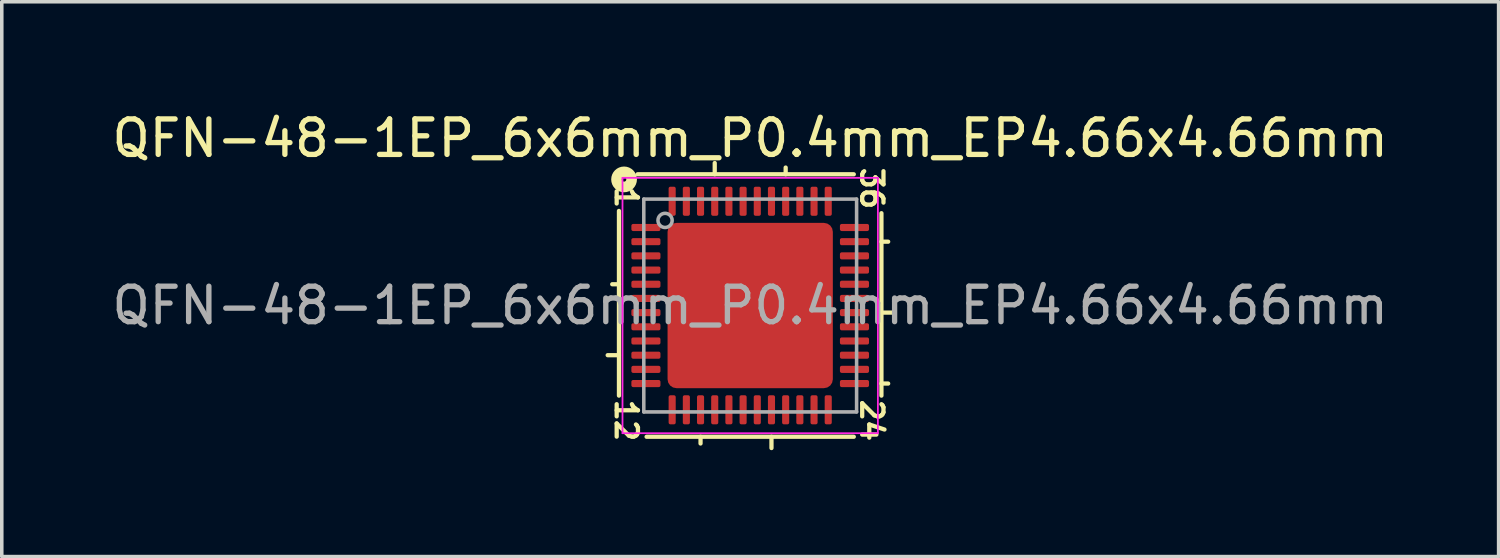
<source format=kicad_pcb>
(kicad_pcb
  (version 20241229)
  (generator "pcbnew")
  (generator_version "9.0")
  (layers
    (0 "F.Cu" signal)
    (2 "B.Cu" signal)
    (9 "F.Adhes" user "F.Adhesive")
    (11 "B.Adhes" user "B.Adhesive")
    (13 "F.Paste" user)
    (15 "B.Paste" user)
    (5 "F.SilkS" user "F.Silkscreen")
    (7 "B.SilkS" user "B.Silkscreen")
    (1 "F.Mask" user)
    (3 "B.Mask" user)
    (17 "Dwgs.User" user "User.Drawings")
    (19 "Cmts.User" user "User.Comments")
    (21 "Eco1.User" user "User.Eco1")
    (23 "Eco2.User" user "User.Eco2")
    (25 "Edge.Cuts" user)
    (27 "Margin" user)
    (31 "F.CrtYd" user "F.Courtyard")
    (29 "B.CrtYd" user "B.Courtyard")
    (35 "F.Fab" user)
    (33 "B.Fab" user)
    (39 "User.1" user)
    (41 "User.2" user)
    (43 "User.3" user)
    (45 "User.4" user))
  (footprint "QFN-48-1EP_6x6mm_P0.4mm_EP4.66x4.66mm"
    (layer "F.Cu")
    (at 18.101 5.564)
    (property "Reference" "QFN-48-1EP_6x6mm_P0.4mm_EP4.66x4.66mm" (at 0 -4.716 0) (layer "F.SilkS") (effects (font (size 1 1) (thickness 0.15))))
    (attr smd)
    (fp_line (start -3.7 -2.667) (end -3.7 2.54) (stroke (width 0.12) (type solid)) (layer "F.SilkS"))
    (fp_line (start -3.7 -0.6) (end -3.89 -0.6) (stroke (width 0.12) (type solid)) (layer "F.SilkS"))
    (fp_line (start -3.7 1.4) (end -4.018 1.4) (stroke (width 0.12) (type solid)) (layer "F.SilkS"))
    (fp_line (start -2.921 3.7) (end 2.921 3.7) (stroke (width 0.12) (type solid)) (layer "F.SilkS"))
    (fp_line (start -1.4 3.89) (end -1.4 3.7) (stroke (width 0.12) (type solid)) (layer "F.SilkS"))
    (fp_line (start -1 -3.7) (end -1 -4.018) (stroke (width 0.12) (type solid)) (layer "F.SilkS"))
    (fp_line (start 0.6 3.7) (end 0.6 4.018) (stroke (width 0.12) (type solid)) (layer "F.SilkS"))
    (fp_line (start 1 -3.7) (end 1 -3.89) (stroke (width 0.12) (type solid)) (layer "F.SilkS"))
    (fp_line (start 2.921 -3.7) (end -3.175 -3.7) (stroke (width 0.12) (type solid)) (layer "F.SilkS"))
    (fp_line (start 3.7 -1.8) (end 3.89 -1.8) (stroke (width 0.12) (type solid)) (layer "F.SilkS"))
    (fp_line (start 3.7 0.2) (end 4.018 0.2) (stroke (width 0.12) (type solid)) (layer "F.SilkS"))
    (fp_line (start 3.7 2.2) (end 3.89 2.2) (stroke (width 0.12) (type solid)) (layer "F.SilkS"))
    (fp_line (start 3.7 2.54) (end 3.7 -2.603) (stroke (width 0.12) (type solid)) (layer "F.SilkS"))
    (fp_circle (center -3.556 -3.556) (end -3.493 -3.556) (stroke (width 0.3) (type solid)) (fill no) (layer "F.SilkS"))
    (fp_line (start -3.6 -3.6) (end -3.6 3.6) (stroke (width 0.05) (type solid)) (layer "F.CrtYd"))
    (fp_line (start -3.6 3.6) (end 3.6 3.6) (stroke (width 0.05) (type solid)) (layer "F.CrtYd"))
    (fp_line (start 3.6 -3.6) (end -3.6 -3.6) (stroke (width 0.05) (type solid)) (layer "F.CrtYd"))
    (fp_line (start 3.6 3.6) (end 3.6 -3.6) (stroke (width 0.05) (type solid)) (layer "F.CrtYd"))
    (fp_line (start -3 -3) (end 3 -3) (stroke (width 0.1) (type solid)) (layer "F.Fab"))
    (fp_line (start -3 3) (end -3 -3) (stroke (width 0.1) (type solid)) (layer "F.Fab"))
    (fp_line (start 3 -3) (end 3 3) (stroke (width 0.1) (type solid)) (layer "F.Fab"))
    (fp_line (start 3 3) (end -3 3) (stroke (width 0.1) (type solid)) (layer "F.Fab"))
    (fp_circle (center -2.4 -2.4) (end -2.2 -2.4) (stroke (width 0.1) (type solid)) (fill no) (layer "F.Fab"))
    (fp_text user "12" (at -3.493 3.239 270) (unlocked yes) (layer "F.SilkS") (effects (font (size 0.6 0.6) (thickness 0.12))))
    (fp_text user "24" (at 3.429 3.239 270) (unlocked yes) (layer "F.SilkS") (effects (font (size 0.6 0.6) (thickness 0.12))))
    (fp_text user "36" (at 3.429 -3.302 270) (unlocked yes) (layer "F.SilkS") (effects (font (size 0.6 0.6) (thickness 0.12))))
    (fp_text user "1" (at -3.493 -3.048 270) (unlocked yes) (layer "F.SilkS") (effects (font (size 0.6 0.6) (thickness 0.12))))
    (fp_text user "${REFERENCE}" (at 0 0 0) (layer "F.Fab") (effects (font (size 1 1) (thickness 0.15))))
    (pad "" smd roundrect (at -1.55 -1.55) (size 1.25 1.25) (layers "F.Paste") (roundrect_rratio 0.2))
    (pad "" smd roundrect (at -1.55 0) (size 1.25 1.25) (layers "F.Paste") (roundrect_rratio 0.2))
    (pad "" smd roundrect (at -1.55 1.55) (size 1.25 1.25) (layers "F.Paste") (roundrect_rratio 0.2))
    (pad "" smd roundrect (at 0 -1.55) (size 1.25 1.25) (layers "F.Paste") (roundrect_rratio 0.2))
    (pad "" smd roundrect (at 0 0) (size 1.25 1.25) (layers "F.Paste") (roundrect_rratio 0.2))
    (pad "" smd roundrect (at 0 1.55) (size 1.25 1.25) (layers "F.Paste") (roundrect_rratio 0.2))
    (pad "" smd roundrect (at 1.55 -1.55) (size 1.25 1.25) (layers "F.Paste") (roundrect_rratio 0.2))
    (pad "" smd roundrect (at 1.55 0) (size 1.25 1.25) (layers "F.Paste") (roundrect_rratio 0.2))
    (pad "" smd roundrect (at 1.55 1.55) (size 1.25 1.25) (layers "F.Paste") (roundrect_rratio 0.2))
    (pad "1" smd roundrect (at -2.94 -2.2) (size 0.82 0.2) (layers "F.Cu" "F.Mask" "F.Paste") (roundrect_rratio 0.25))
    (pad "2" smd roundrect (at -2.94 -1.8) (size 0.82 0.2) (layers "F.Cu" "F.Mask" "F.Paste") (roundrect_rratio 0.25))
    (pad "3" smd roundrect (at -2.94 -1.4) (size 0.82 0.2) (layers "F.Cu" "F.Mask" "F.Paste") (roundrect_rratio 0.25))
    (pad "4" smd roundrect (at -2.94 -1) (size 0.82 0.2) (layers "F.Cu" "F.Mask" "F.Paste") (roundrect_rratio 0.25))
    (pad "5" smd roundrect (at -2.94 -0.6) (size 0.82 0.2) (layers "F.Cu" "F.Mask" "F.Paste") (roundrect_rratio 0.25))
    (pad "6" smd roundrect (at -2.94 -0.2) (size 0.82 0.2) (layers "F.Cu" "F.Mask" "F.Paste") (roundrect_rratio 0.25))
    (pad "7" smd roundrect (at -2.94 0.2) (size 0.82 0.2) (layers "F.Cu" "F.Mask" "F.Paste") (roundrect_rratio 0.25))
    (pad "8" smd roundrect (at -2.94 0.6) (size 0.82 0.2) (layers "F.Cu" "F.Mask" "F.Paste") (roundrect_rratio 0.25))
    (pad "9" smd roundrect (at -2.94 1) (size 0.82 0.2) (layers "F.Cu" "F.Mask" "F.Paste") (roundrect_rratio 0.25))
    (pad "10" smd roundrect (at -2.94 1.4) (size 0.82 0.2) (layers "F.Cu" "F.Mask" "F.Paste") (roundrect_rratio 0.25))
    (pad "11" smd roundrect (at -2.94 1.8) (size 0.82 0.2) (layers "F.Cu" "F.Mask" "F.Paste") (roundrect_rratio 0.25))
    (pad "12" smd roundrect (at -2.94 2.2) (size 0.82 0.2) (layers "F.Cu" "F.Mask" "F.Paste") (roundrect_rratio 0.25))
    (pad "13" smd roundrect (at -2.2 2.94) (size 0.2 0.82) (layers "F.Cu" "F.Mask" "F.Paste") (roundrect_rratio 0.25))
    (pad "14" smd roundrect (at -1.8 2.94) (size 0.2 0.82) (layers "F.Cu" "F.Mask" "F.Paste") (roundrect_rratio 0.25))
    (pad "15" smd roundrect (at -1.4 2.94) (size 0.2 0.82) (layers "F.Cu" "F.Mask" "F.Paste") (roundrect_rratio 0.25))
    (pad "16" smd roundrect (at -1 2.94) (size 0.2 0.82) (layers "F.Cu" "F.Mask" "F.Paste") (roundrect_rratio 0.25))
    (pad "17" smd roundrect (at -0.6 2.94) (size 0.2 0.82) (layers "F.Cu" "F.Mask" "F.Paste") (roundrect_rratio 0.25))
    (pad "18" smd roundrect (at -0.2 2.94) (size 0.2 0.82) (layers "F.Cu" "F.Mask" "F.Paste") (roundrect_rratio 0.25))
    (pad "19" smd roundrect (at 0.2 2.94) (size 0.2 0.82) (layers "F.Cu" "F.Mask" "F.Paste") (roundrect_rratio 0.25))
    (pad "20" smd roundrect (at 0.6 2.94) (size 0.2 0.82) (layers "F.Cu" "F.Mask" "F.Paste") (roundrect_rratio 0.25))
    (pad "21" smd roundrect (at 1 2.94) (size 0.2 0.82) (layers "F.Cu" "F.Mask" "F.Paste") (roundrect_rratio 0.25))
    (pad "22" smd roundrect (at 1.4 2.94) (size 0.2 0.82) (layers "F.Cu" "F.Mask" "F.Paste") (roundrect_rratio 0.25))
    (pad "23" smd roundrect (at 1.8 2.94) (size 0.2 0.82) (layers "F.Cu" "F.Mask" "F.Paste") (roundrect_rratio 0.25))
    (pad "24" smd roundrect (at 2.2 2.94) (size 0.2 0.82) (layers "F.Cu" "F.Mask" "F.Paste") (roundrect_rratio 0.25))
    (pad "25" smd roundrect (at 2.94 2.2) (size 0.82 0.2) (layers "F.Cu" "F.Mask" "F.Paste") (roundrect_rratio 0.25))
    (pad "26" smd roundrect (at 2.94 1.8) (size 0.82 0.2) (layers "F.Cu" "F.Mask" "F.Paste") (roundrect_rratio 0.25))
    (pad "27" smd roundrect (at 2.94 1.4) (size 0.82 0.2) (layers "F.Cu" "F.Mask" "F.Paste") (roundrect_rratio 0.25))
    (pad "28" smd roundrect (at 2.94 1) (size 0.82 0.2) (layers "F.Cu" "F.Mask" "F.Paste") (roundrect_rratio 0.25))
    (pad "29" smd roundrect (at 2.94 0.6) (size 0.82 0.2) (layers "F.Cu" "F.Mask" "F.Paste") (roundrect_rratio 0.25))
    (pad "30" smd roundrect (at 2.94 0.2) (size 0.82 0.2) (layers "F.Cu" "F.Mask" "F.Paste") (roundrect_rratio 0.25))
    (pad "31" smd roundrect (at 2.94 -0.2) (size 0.82 0.2) (layers "F.Cu" "F.Mask" "F.Paste") (roundrect_rratio 0.25))
    (pad "32" smd roundrect (at 2.94 -0.6) (size 0.82 0.2) (layers "F.Cu" "F.Mask" "F.Paste") (roundrect_rratio 0.25))
    (pad "33" smd roundrect (at 2.94 -1) (size 0.82 0.2) (layers "F.Cu" "F.Mask" "F.Paste") (roundrect_rratio 0.25))
    (pad "34" smd roundrect (at 2.94 -1.4) (size 0.82 0.2) (layers "F.Cu" "F.Mask" "F.Paste") (roundrect_rratio 0.25))
    (pad "35" smd roundrect (at 2.94 -1.8) (size 0.82 0.2) (layers "F.Cu" "F.Mask" "F.Paste") (roundrect_rratio 0.25))
    (pad "36" smd roundrect (at 2.94 -2.2) (size 0.82 0.2) (layers "F.Cu" "F.Mask" "F.Paste") (roundrect_rratio 0.25))
    (pad "37" smd roundrect (at 2.2 -2.94) (size 0.2 0.82) (layers "F.Cu" "F.Mask" "F.Paste") (roundrect_rratio 0.25))
    (pad "38" smd roundrect (at 1.8 -2.94) (size 0.2 0.82) (layers "F.Cu" "F.Mask" "F.Paste") (roundrect_rratio 0.25))
    (pad "39" smd roundrect (at 1.4 -2.94) (size 0.2 0.82) (layers "F.Cu" "F.Mask" "F.Paste") (roundrect_rratio 0.25))
    (pad "40" smd roundrect (at 1 -2.94) (size 0.2 0.82) (layers "F.Cu" "F.Mask" "F.Paste") (roundrect_rratio 0.25))
    (pad "41" smd roundrect (at 0.6 -2.94) (size 0.2 0.82) (layers "F.Cu" "F.Mask" "F.Paste") (roundrect_rratio 0.25))
    (pad "42" smd roundrect (at 0.2 -2.94) (size 0.2 0.82) (layers "F.Cu" "F.Mask" "F.Paste") (roundrect_rratio 0.25))
    (pad "43" smd roundrect (at -0.2 -2.94) (size 0.2 0.82) (layers "F.Cu" "F.Mask" "F.Paste") (roundrect_rratio 0.25))
    (pad "44" smd roundrect (at -0.6 -2.94) (size 0.2 0.82) (layers "F.Cu" "F.Mask" "F.Paste") (roundrect_rratio 0.25))
    (pad "45" smd roundrect (at -1 -2.94) (size 0.2 0.82) (layers "F.Cu" "F.Mask" "F.Paste") (roundrect_rratio 0.25))
    (pad "46" smd roundrect (at -1.4 -2.94) (size 0.2 0.82) (layers "F.Cu" "F.Mask" "F.Paste") (roundrect_rratio 0.25))
    (pad "47" smd roundrect (at -1.8 -2.94) (size 0.2 0.82) (layers "F.Cu" "F.Mask" "F.Paste") (roundrect_rratio 0.25))
    (pad "48" smd roundrect (at -2.2 -2.94) (size 0.2 0.82) (layers "F.Cu" "F.Mask" "F.Paste") (roundrect_rratio 0.25))
    (pad "49" smd roundrect (at 0 0) (size 4.66 4.66) (layers "F.Cu" "F.Mask") (roundrect_rratio 0.054)))
  (gr_rect
    (start -3 -3)
    (end 39.202 12.642)
    (stroke (width 0.1) (type default))
    (fill no)
    (layer "Edge.Cuts")))
</source>
